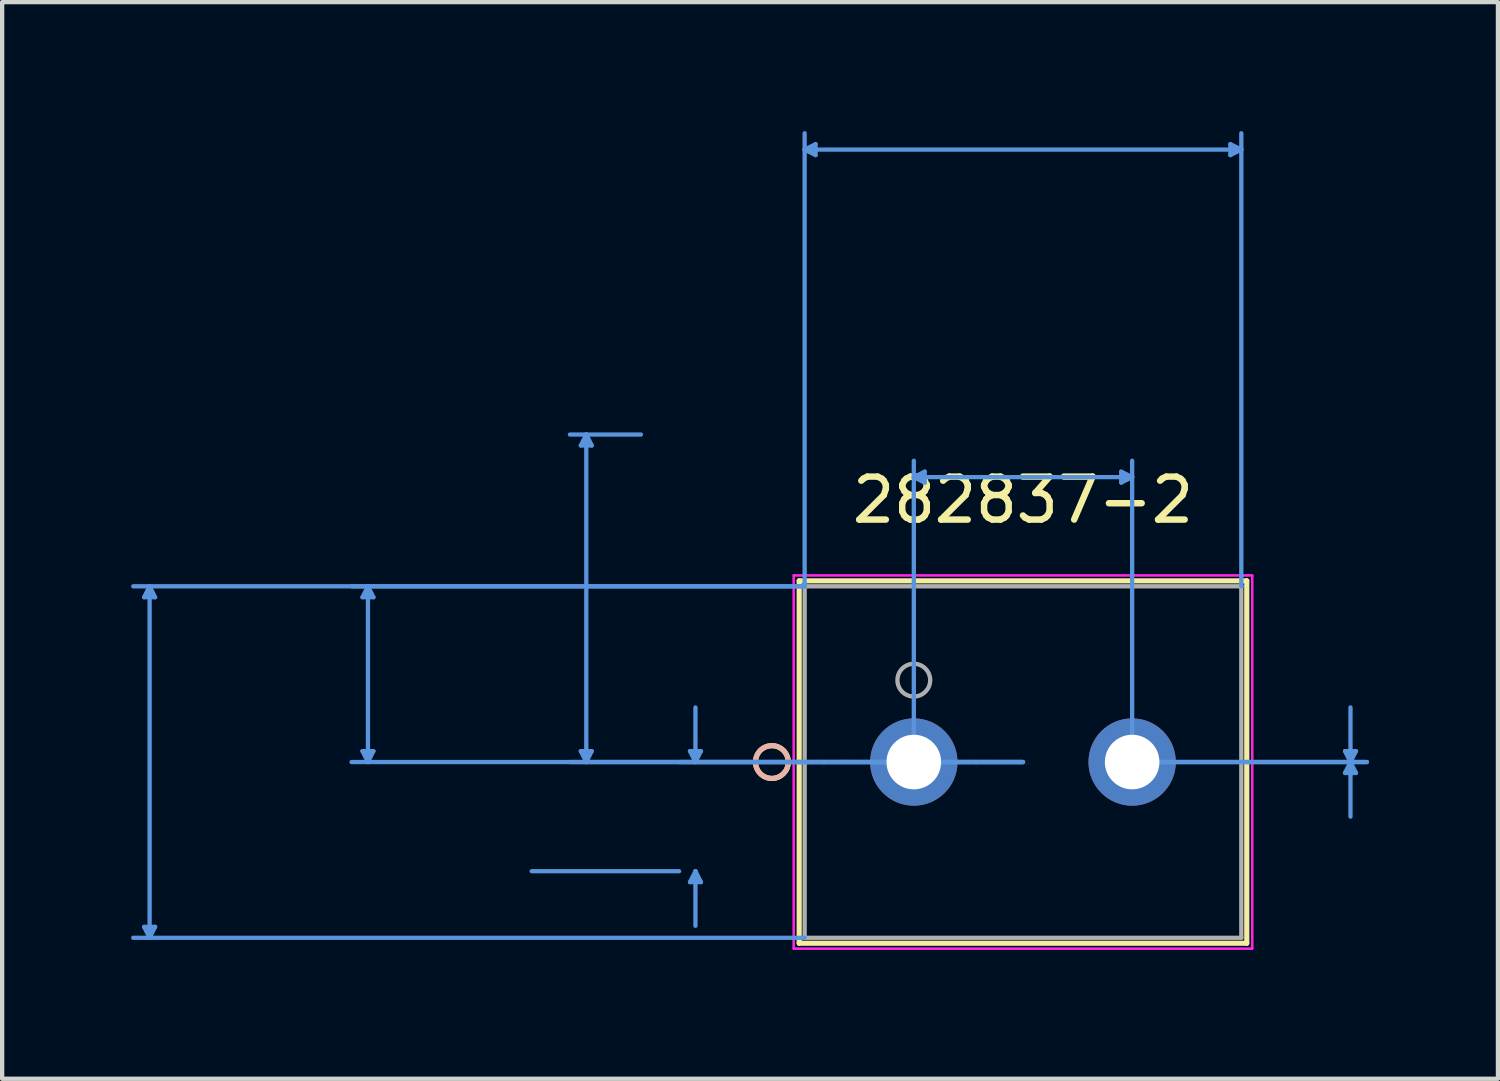
<source format=kicad_pcb>
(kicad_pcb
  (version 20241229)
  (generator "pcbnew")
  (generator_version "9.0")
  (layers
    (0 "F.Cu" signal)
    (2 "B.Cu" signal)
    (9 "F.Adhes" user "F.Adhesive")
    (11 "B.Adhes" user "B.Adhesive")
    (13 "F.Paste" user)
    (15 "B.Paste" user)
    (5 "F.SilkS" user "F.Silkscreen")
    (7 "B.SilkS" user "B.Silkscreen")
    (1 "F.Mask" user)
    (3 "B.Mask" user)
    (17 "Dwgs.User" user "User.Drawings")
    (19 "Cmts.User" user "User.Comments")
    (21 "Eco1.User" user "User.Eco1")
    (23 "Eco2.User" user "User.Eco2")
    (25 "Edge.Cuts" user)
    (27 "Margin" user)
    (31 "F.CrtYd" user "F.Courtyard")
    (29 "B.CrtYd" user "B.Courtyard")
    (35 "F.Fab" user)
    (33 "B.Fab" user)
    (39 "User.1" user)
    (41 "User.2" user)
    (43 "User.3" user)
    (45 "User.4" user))
  (footprint "282837-2"
    (layer "F.Cu")
    (at 18.211 14.68)
    (property "Reference" "282837-2" (at 2.54 -6.096 0) (layer "F.SilkS") (effects (font (size 1 1) (thickness 0.15))))
    (attr through_hole)
    (fp_line (start -2.667 -4.216) (end -2.667 4.216) (stroke (width 0.12) (type solid)) (layer "F.SilkS"))
    (fp_line (start -2.667 4.216) (end 7.747 4.216) (stroke (width 0.12) (type solid)) (layer "F.SilkS"))
    (fp_line (start 7.747 -4.216) (end -2.667 -4.216) (stroke (width 0.12) (type solid)) (layer "F.SilkS"))
    (fp_line (start 7.747 4.216) (end 7.747 -4.216) (stroke (width 0.12) (type solid)) (layer "F.SilkS"))
    (fp_circle (center -3.302 0) (end -2.921 0) (stroke (width 0.12) (type solid)) (fill no) (layer "F.SilkS"))
    (fp_circle (center -3.302 0) (end -2.921 0) (stroke (width 0.12) (type solid)) (fill no) (layer "B.SilkS"))
    (fp_line (start -17.907 -3.835) (end -17.653 -3.835) (stroke (width 0.1) (type solid)) (layer "Cmts.User"))
    (fp_line (start -17.907 3.835) (end -17.653 3.835) (stroke (width 0.1) (type solid)) (layer "Cmts.User"))
    (fp_line (start -17.78 -4.089) (end -17.907 -3.835) (stroke (width 0.1) (type solid)) (layer "Cmts.User"))
    (fp_line (start -17.78 -4.089) (end -17.78 4.089) (stroke (width 0.1) (type solid)) (layer "Cmts.User"))
    (fp_line (start -17.78 -4.089) (end -17.653 -3.835) (stroke (width 0.1) (type solid)) (layer "Cmts.User"))
    (fp_line (start -17.78 4.089) (end -17.907 3.835) (stroke (width 0.1) (type solid)) (layer "Cmts.User"))
    (fp_line (start -17.78 4.089) (end -17.653 3.835) (stroke (width 0.1) (type solid)) (layer "Cmts.User"))
    (fp_line (start -12.827 -3.835) (end -12.573 -3.835) (stroke (width 0.1) (type solid)) (layer "Cmts.User"))
    (fp_line (start -12.827 -0.254) (end -12.573 -0.254) (stroke (width 0.1) (type solid)) (layer "Cmts.User"))
    (fp_line (start -12.7 -4.089) (end -12.827 -3.835) (stroke (width 0.1) (type solid)) (layer "Cmts.User"))
    (fp_line (start -12.7 -4.089) (end -12.7 0) (stroke (width 0.1) (type solid)) (layer "Cmts.User"))
    (fp_line (start -12.7 -4.089) (end -12.573 -3.835) (stroke (width 0.1) (type solid)) (layer "Cmts.User"))
    (fp_line (start -12.7 0) (end -12.827 -0.254) (stroke (width 0.1) (type solid)) (layer "Cmts.User"))
    (fp_line (start -12.7 0) (end -12.573 -0.254) (stroke (width 0.1) (type solid)) (layer "Cmts.User"))
    (fp_line (start -8.89 2.54) (end -5.461 2.54) (stroke (width 0.1) (type solid)) (layer "Cmts.User"))
    (fp_line (start -7.747 -7.366) (end -7.493 -7.366) (stroke (width 0.1) (type solid)) (layer "Cmts.User"))
    (fp_line (start -7.747 -0.254) (end -7.493 -0.254) (stroke (width 0.1) (type solid)) (layer "Cmts.User"))
    (fp_line (start -7.62 -7.62) (end -7.747 -7.366) (stroke (width 0.1) (type solid)) (layer "Cmts.User"))
    (fp_line (start -7.62 -7.62) (end -7.62 0) (stroke (width 0.1) (type solid)) (layer "Cmts.User"))
    (fp_line (start -7.62 -7.62) (end -7.493 -7.366) (stroke (width 0.1) (type solid)) (layer "Cmts.User"))
    (fp_line (start -7.62 0) (end -7.747 -0.254) (stroke (width 0.1) (type solid)) (layer "Cmts.User"))
    (fp_line (start -7.62 0) (end -7.493 -0.254) (stroke (width 0.1) (type solid)) (layer "Cmts.User"))
    (fp_line (start -6.35 -7.62) (end -8.001 -7.62) (stroke (width 0.1) (type solid)) (layer "Cmts.User"))
    (fp_line (start -5.207 -0.254) (end -4.953 -0.254) (stroke (width 0.1) (type solid)) (layer "Cmts.User"))
    (fp_line (start -5.207 2.794) (end -4.953 2.794) (stroke (width 0.1) (type solid)) (layer "Cmts.User"))
    (fp_line (start -5.08 0) (end -5.207 -0.254) (stroke (width 0.1) (type solid)) (layer "Cmts.User"))
    (fp_line (start -5.08 0) (end -5.08 -1.27) (stroke (width 0.1) (type solid)) (layer "Cmts.User"))
    (fp_line (start -5.08 0) (end -4.953 -0.254) (stroke (width 0.1) (type solid)) (layer "Cmts.User"))
    (fp_line (start -5.08 2.54) (end -5.207 2.794) (stroke (width 0.1) (type solid)) (layer "Cmts.User"))
    (fp_line (start -5.08 2.54) (end -5.08 3.81) (stroke (width 0.1) (type solid)) (layer "Cmts.User"))
    (fp_line (start -5.08 2.54) (end -4.953 2.794) (stroke (width 0.1) (type solid)) (layer "Cmts.User"))
    (fp_line (start -2.54 -14.249) (end -2.286 -14.376) (stroke (width 0.1) (type solid)) (layer "Cmts.User"))
    (fp_line (start -2.54 -14.249) (end -2.286 -14.122) (stroke (width 0.1) (type solid)) (layer "Cmts.User"))
    (fp_line (start -2.54 -14.249) (end 7.62 -14.249) (stroke (width 0.1) (type solid)) (layer "Cmts.User"))
    (fp_line (start -2.54 -4.089) (end -18.161 -4.089) (stroke (width 0.1) (type solid)) (layer "Cmts.User"))
    (fp_line (start -2.54 -4.089) (end -13.081 -4.089) (stroke (width 0.1) (type solid)) (layer "Cmts.User"))
    (fp_line (start -2.54 -4.089) (end -2.54 -14.63) (stroke (width 0.1) (type solid)) (layer "Cmts.User"))
    (fp_line (start -2.54 4.089) (end -18.161 4.089) (stroke (width 0.1) (type solid)) (layer "Cmts.User"))
    (fp_line (start -2.286 -14.376) (end -2.286 -14.122) (stroke (width 0.1) (type solid)) (layer "Cmts.User"))
    (fp_line (start 0 -6.629) (end 0.254 -6.756) (stroke (width 0.1) (type solid)) (layer "Cmts.User"))
    (fp_line (start 0 -6.629) (end 0.254 -6.502) (stroke (width 0.1) (type solid)) (layer "Cmts.User"))
    (fp_line (start 0 -6.629) (end 5.08 -6.629) (stroke (width 0.1) (type solid)) (layer "Cmts.User"))
    (fp_line (start 0 0) (end 0 -7.01) (stroke (width 0.1) (type solid)) (layer "Cmts.User"))
    (fp_line (start 0.254 -6.756) (end 0.254 -6.502) (stroke (width 0.1) (type solid)) (layer "Cmts.User"))
    (fp_line (start 2.54 0) (end -13.081 0) (stroke (width 0.1) (type solid)) (layer "Cmts.User"))
    (fp_line (start 2.54 0) (end -8.001 0) (stroke (width 0.1) (type solid)) (layer "Cmts.User"))
    (fp_line (start 2.54 0) (end -5.461 0) (stroke (width 0.1) (type solid)) (layer "Cmts.User"))
    (fp_line (start 4.826 -6.756) (end 4.826 -6.502) (stroke (width 0.1) (type solid)) (layer "Cmts.User"))
    (fp_line (start 5.08 -6.629) (end 4.826 -6.756) (stroke (width 0.1) (type solid)) (layer "Cmts.User"))
    (fp_line (start 5.08 -6.629) (end 4.826 -6.502) (stroke (width 0.1) (type solid)) (layer "Cmts.User"))
    (fp_line (start 5.08 0) (end 5.08 -7.01) (stroke (width 0.1) (type solid)) (layer "Cmts.User"))
    (fp_line (start 5.08 0) (end 10.541 0) (stroke (width 0.1) (type solid)) (layer "Cmts.User"))
    (fp_line (start 5.08 0) (end 10.541 0) (stroke (width 0.1) (type solid)) (layer "Cmts.User"))
    (fp_line (start 7.366 -14.376) (end 7.366 -14.122) (stroke (width 0.1) (type solid)) (layer "Cmts.User"))
    (fp_line (start 7.62 -14.249) (end 7.366 -14.376) (stroke (width 0.1) (type solid)) (layer "Cmts.User"))
    (fp_line (start 7.62 -14.249) (end 7.366 -14.122) (stroke (width 0.1) (type solid)) (layer "Cmts.User"))
    (fp_line (start 7.62 -4.089) (end 7.62 -14.63) (stroke (width 0.1) (type solid)) (layer "Cmts.User"))
    (fp_line (start 10.033 -0.254) (end 10.287 -0.254) (stroke (width 0.1) (type solid)) (layer "Cmts.User"))
    (fp_line (start 10.033 0.254) (end 10.287 0.254) (stroke (width 0.1) (type solid)) (layer "Cmts.User"))
    (fp_line (start 10.16 0) (end 10.033 -0.254) (stroke (width 0.1) (type solid)) (layer "Cmts.User"))
    (fp_line (start 10.16 0) (end 10.033 0.254) (stroke (width 0.1) (type solid)) (layer "Cmts.User"))
    (fp_line (start 10.16 0) (end 10.16 -1.27) (stroke (width 0.1) (type solid)) (layer "Cmts.User"))
    (fp_line (start 10.16 0) (end 10.16 1.27) (stroke (width 0.1) (type solid)) (layer "Cmts.User"))
    (fp_line (start 10.16 0) (end 10.287 -0.254) (stroke (width 0.1) (type solid)) (layer "Cmts.User"))
    (fp_line (start 10.16 0) (end 10.287 0.254) (stroke (width 0.1) (type solid)) (layer "Cmts.User"))
    (fp_line (start -2.794 -4.343) (end -2.794 4.343) (stroke (width 0.05) (type solid)) (layer "F.CrtYd"))
    (fp_line (start -2.794 -4.343) (end -2.794 4.343) (stroke (width 0.05) (type solid)) (layer "F.CrtYd"))
    (fp_line (start -2.794 4.343) (end 7.874 4.343) (stroke (width 0.05) (type solid)) (layer "F.CrtYd"))
    (fp_line (start -2.794 4.343) (end 7.874 4.343) (stroke (width 0.05) (type solid)) (layer "F.CrtYd"))
    (fp_line (start 7.874 -4.343) (end -2.794 -4.343) (stroke (width 0.05) (type solid)) (layer "F.CrtYd"))
    (fp_line (start 7.874 -4.343) (end -2.794 -4.343) (stroke (width 0.05) (type solid)) (layer "F.CrtYd"))
    (fp_line (start 7.874 4.343) (end 7.874 -4.343) (stroke (width 0.05) (type solid)) (layer "F.CrtYd"))
    (fp_line (start 7.874 4.343) (end 7.874 -4.343) (stroke (width 0.05) (type solid)) (layer "F.CrtYd"))
    (fp_line (start -2.54 -4.089) (end -2.54 4.089) (stroke (width 0.1) (type solid)) (layer "F.Fab"))
    (fp_line (start -2.54 4.089) (end 7.62 4.089) (stroke (width 0.1) (type solid)) (layer "F.Fab"))
    (fp_line (start 7.62 -4.089) (end -2.54 -4.089) (stroke (width 0.1) (type solid)) (layer "F.Fab"))
    (fp_line (start 7.62 4.089) (end 7.62 -4.089) (stroke (width 0.1) (type solid)) (layer "F.Fab"))
    (fp_circle (center 0 -1.905) (end 0.381 -1.905) (stroke (width 0.1) (type solid)) (fill no) (layer "F.Fab"))
    (fp_text user "*" (at 0 0 0) (layer "F.SilkS") (effects (font (size 1 1) (thickness 0.15))))
    (fp_text user "Copyright 2021 Accelerated Designs. All rights reserved." (at 0 0 0) (layer "Cmts.User") (effects (font (size 0.127 0.127) (thickness 0.002))))
    (fp_text user "*" (at 0 0 0) (layer "F.Fab") (effects (font (size 1 1) (thickness 0.15))))
    (pad "1" thru_hole circle (at 0 0) (size 2.032 2.032) (drill 1.27) (layers "*.Cu" "*.Mask"))
    (pad "2" thru_hole circle (at 5.08 0) (size 2.032 2.032) (drill 1.27) (layers "*.Cu" "*.Mask")))
  (gr_rect
    (start -3 -3)
    (end 31.802 22.049)
    (stroke (width 0.1) (type default))
    (fill no)
    (layer "Edge.Cuts")))
</source>
